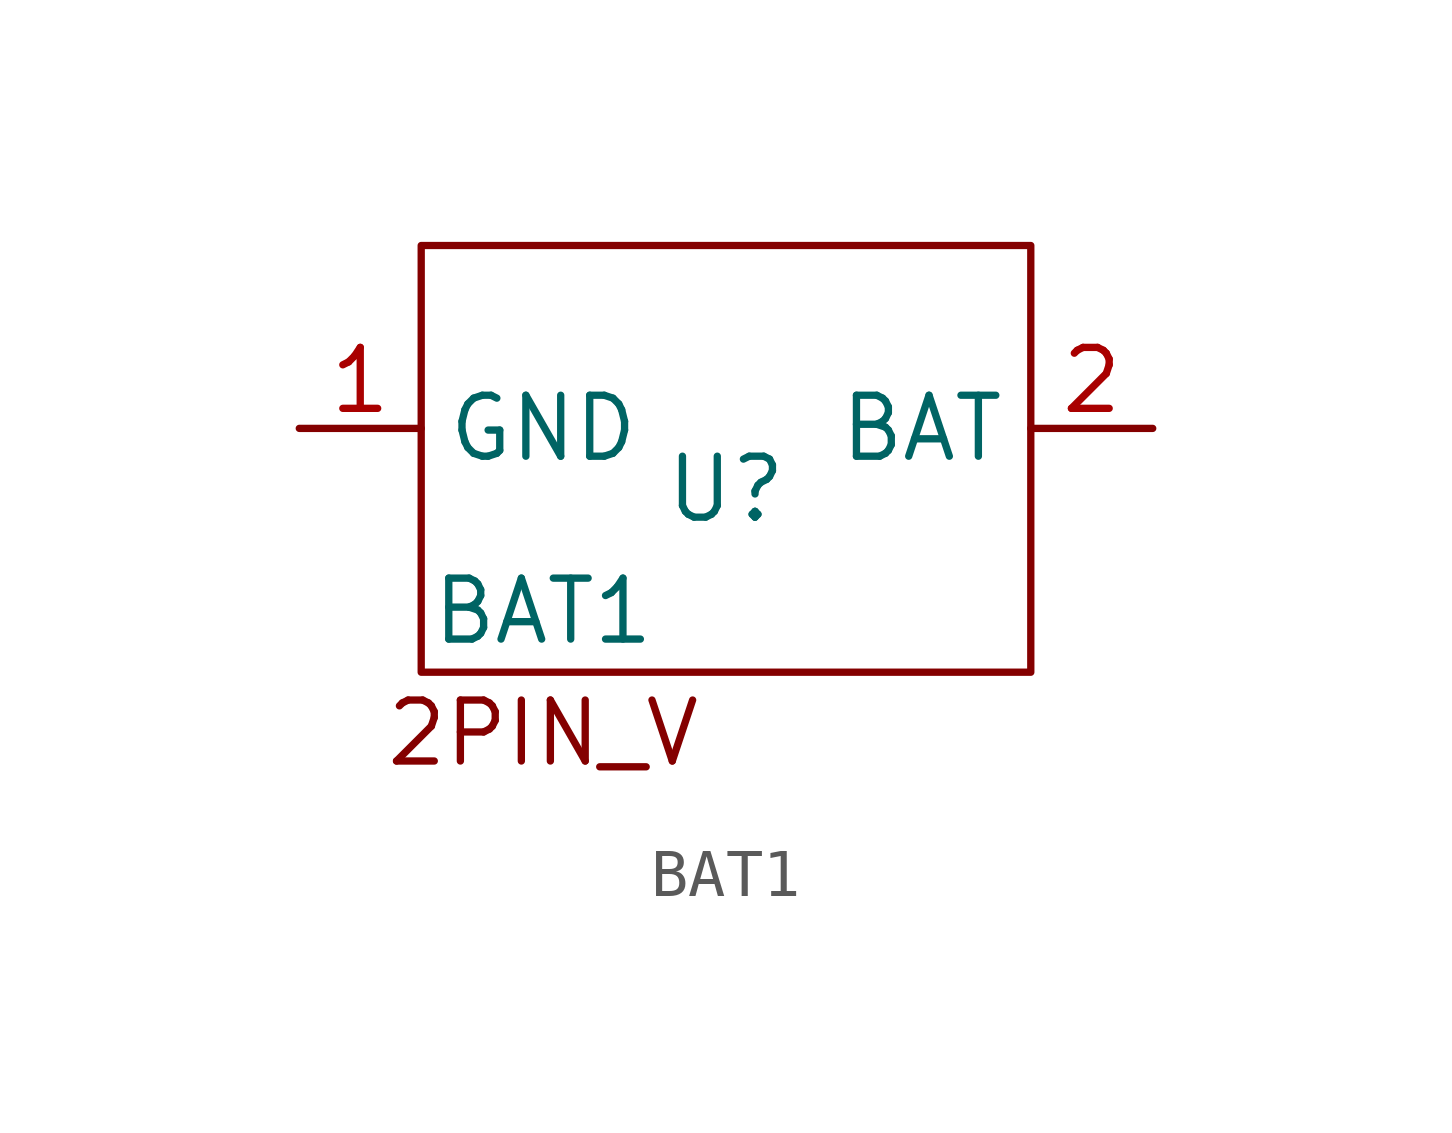
<source format=kicad_sym>
(kicad_symbol_lib
  (version 20211014)
  (generator kicad_symbol_editor)
  (symbol "BAT1"
    (property "Reference" "U"
      (at 0 0 0)
      (effects (font (size 1.27 1.27))))
    (property "Value" "BAT1"
      (at -3.81 -2.54 0)
      (effects (font (size 1.27 1.27))))
    (symbol "BAT1_0_0"
      (text "2PIN_V" (at -3.81 -5.08 0) (effects (font (size 1.27 1.27)))))
    (symbol "BAT1_0_1"
      (rectangle (start -6.35 5.08) (end 6.35 -3.81) (stroke (width 0) (type default) (color 0 0 0 0)) (fill (type none))))
    (symbol "BAT1_1_1"
      (pin input line (at -8.89 1.27 0) (length 2.54) (name "GND" (effects (font (size 1.27 1.27)))) (number "1" (effects (font (size 1.27 1.27)))))
      (pin input line (at 8.89 1.27 180) (length 2.54) (name "BAT" (effects (font (size 1.27 1.27)))) (number "2" (effects (font (size 1.27 1.27))))))))
</source>
